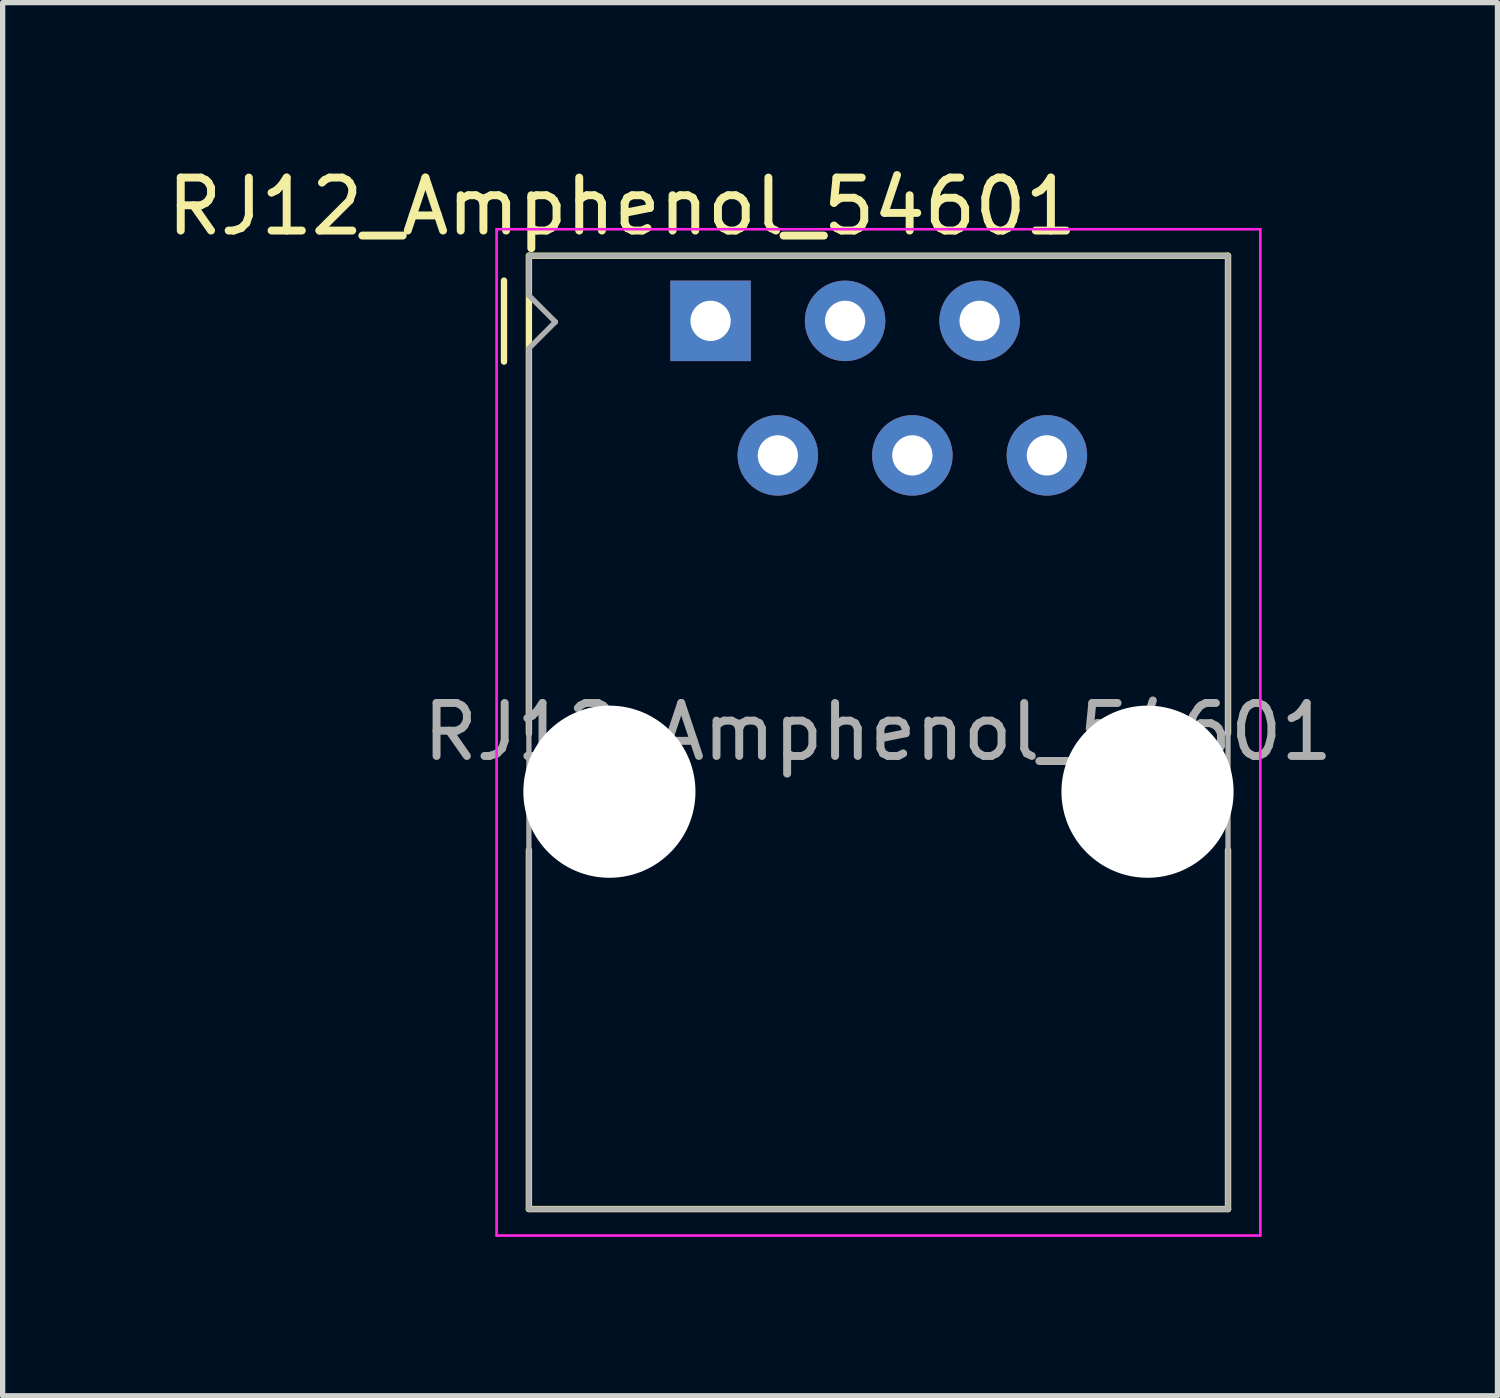
<source format=kicad_pcb>
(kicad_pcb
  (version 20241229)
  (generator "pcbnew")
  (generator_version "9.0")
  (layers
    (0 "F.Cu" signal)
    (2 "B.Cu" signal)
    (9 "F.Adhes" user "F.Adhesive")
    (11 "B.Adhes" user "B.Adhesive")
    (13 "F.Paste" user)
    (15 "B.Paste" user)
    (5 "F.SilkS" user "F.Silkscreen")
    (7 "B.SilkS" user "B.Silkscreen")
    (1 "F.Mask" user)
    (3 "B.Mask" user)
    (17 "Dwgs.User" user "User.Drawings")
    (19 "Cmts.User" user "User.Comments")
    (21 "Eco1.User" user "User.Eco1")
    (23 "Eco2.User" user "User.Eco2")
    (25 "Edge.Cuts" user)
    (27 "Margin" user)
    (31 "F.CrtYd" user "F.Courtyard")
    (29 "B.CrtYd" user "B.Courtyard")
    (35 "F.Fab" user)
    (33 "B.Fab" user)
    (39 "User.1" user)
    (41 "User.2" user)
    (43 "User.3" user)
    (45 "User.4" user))
  (footprint "RJ12_Amphenol_54601"
    (layer "F.Cu")
    (at 10.366 3.008)
    (property "Reference" "RJ12_Amphenol_54601" (at -1.67 -2.16 180) (layer "F.SilkS") (effects (font (size 1 1) (thickness 0.15))))
    (attr through_hole)
    (fp_line (start -3.9 0.77) (end -3.9 -0.76) (stroke (width 0.12) (type solid)) (layer "F.SilkS"))
    (fp_line (start -3.43 -1.23) (end 9.77 -1.23) (stroke (width 0.12) (type solid)) (layer "F.SilkS"))
    (fp_line (start -3.43 7.72) (end -3.43 7.79) (stroke (width 0.1) (type solid)) (layer "F.SilkS"))
    (fp_line (start -3.43 7.79) (end -3.43 -1.23) (stroke (width 0.12) (type solid)) (layer "F.SilkS"))
    (fp_line (start -3.43 16.77) (end -3.43 9.99) (stroke (width 0.12) (type solid)) (layer "F.SilkS"))
    (fp_line (start 9.77 -1.23) (end 9.77 7.79) (stroke (width 0.12) (type solid)) (layer "F.SilkS"))
    (fp_line (start 9.77 16.65) (end 9.77 16.77) (stroke (width 0.1) (type solid)) (layer "F.SilkS"))
    (fp_line (start 9.77 16.76) (end 9.77 16.77) (stroke (width 0.1) (type solid)) (layer "F.SilkS"))
    (fp_line (start 9.77 16.77) (end -3.43 16.77) (stroke (width 0.12) (type solid)) (layer "F.SilkS"))
    (fp_line (start 9.77 16.77) (end 9.77 9.99) (stroke (width 0.12) (type solid)) (layer "F.SilkS"))
    (fp_line (start -4.04 -1.73) (end 10.38 -1.73) (stroke (width 0.05) (type solid)) (layer "F.CrtYd"))
    (fp_line (start -4.04 17.27) (end -4.04 -1.73) (stroke (width 0.05) (type solid)) (layer "F.CrtYd"))
    (fp_line (start 10.38 -1.73) (end 10.38 17.27) (stroke (width 0.05) (type solid)) (layer "F.CrtYd"))
    (fp_line (start 10.38 17.27) (end -4.04 17.27) (stroke (width 0.05) (type solid)) (layer "F.CrtYd"))
    (fp_line (start -3.43 -1.23) (end 9.77 -1.23) (stroke (width 0.1) (type solid)) (layer "F.Fab"))
    (fp_line (start -3.43 -0.48) (end -3.43 -1.23) (stroke (width 0.1) (type solid)) (layer "F.Fab"))
    (fp_line (start -3.43 0.52) (end -2.93 0.02) (stroke (width 0.1) (type solid)) (layer "F.Fab"))
    (fp_line (start -3.43 16.77) (end -3.43 0.52) (stroke (width 0.1) (type solid)) (layer "F.Fab"))
    (fp_line (start -2.93 0.02) (end -3.43 -0.48) (stroke (width 0.1) (type solid)) (layer "F.Fab"))
    (fp_line (start 9.77 -1.23) (end 9.77 16.77) (stroke (width 0.1) (type solid)) (layer "F.Fab"))
    (fp_line (start 9.77 16.77) (end -3.43 16.77) (stroke (width 0.1) (type solid)) (layer "F.Fab"))
    (fp_text user "${REFERENCE}" (at 3.16 7.76 180) (layer "F.Fab") (effects (font (size 1 1) (thickness 0.15))))
    (pad "" np_thru_hole circle (at -1.91 8.89) (size 3.25 3.25) (drill 3.25) (layers "*.Cu" "*.Mask"))
    (pad "" np_thru_hole circle (at 8.25 8.89) (size 3.25 3.25) (drill 3.25) (layers "*.Cu" "*.Mask"))
    (pad "1" thru_hole rect (at 0 0) (size 1.52 1.52) (drill 0.76) (layers "*.Cu" "*.Mask"))
    (pad "2" thru_hole circle (at 1.27 2.54) (size 1.52 1.52) (drill 0.76) (layers "*.Cu" "*.Mask"))
    (pad "3" thru_hole circle (at 2.54 0) (size 1.52 1.52) (drill 0.76) (layers "*.Cu" "*.Mask"))
    (pad "4" thru_hole circle (at 3.81 2.54) (size 1.52 1.52) (drill 0.76) (layers "*.Cu" "*.Mask"))
    (pad "5" thru_hole circle (at 5.08 0) (size 1.52 1.52) (drill 0.76) (layers "*.Cu" "*.Mask"))
    (pad "6" thru_hole circle (at 6.35 2.54) (size 1.52 1.52) (drill 0.76) (layers "*.Cu" "*.Mask")))
  (gr_rect
    (start -3 -3)
    (end 25.223 23.303)
    (stroke (width 0.1) (type default))
    (fill no)
    (layer "Edge.Cuts")))
</source>
